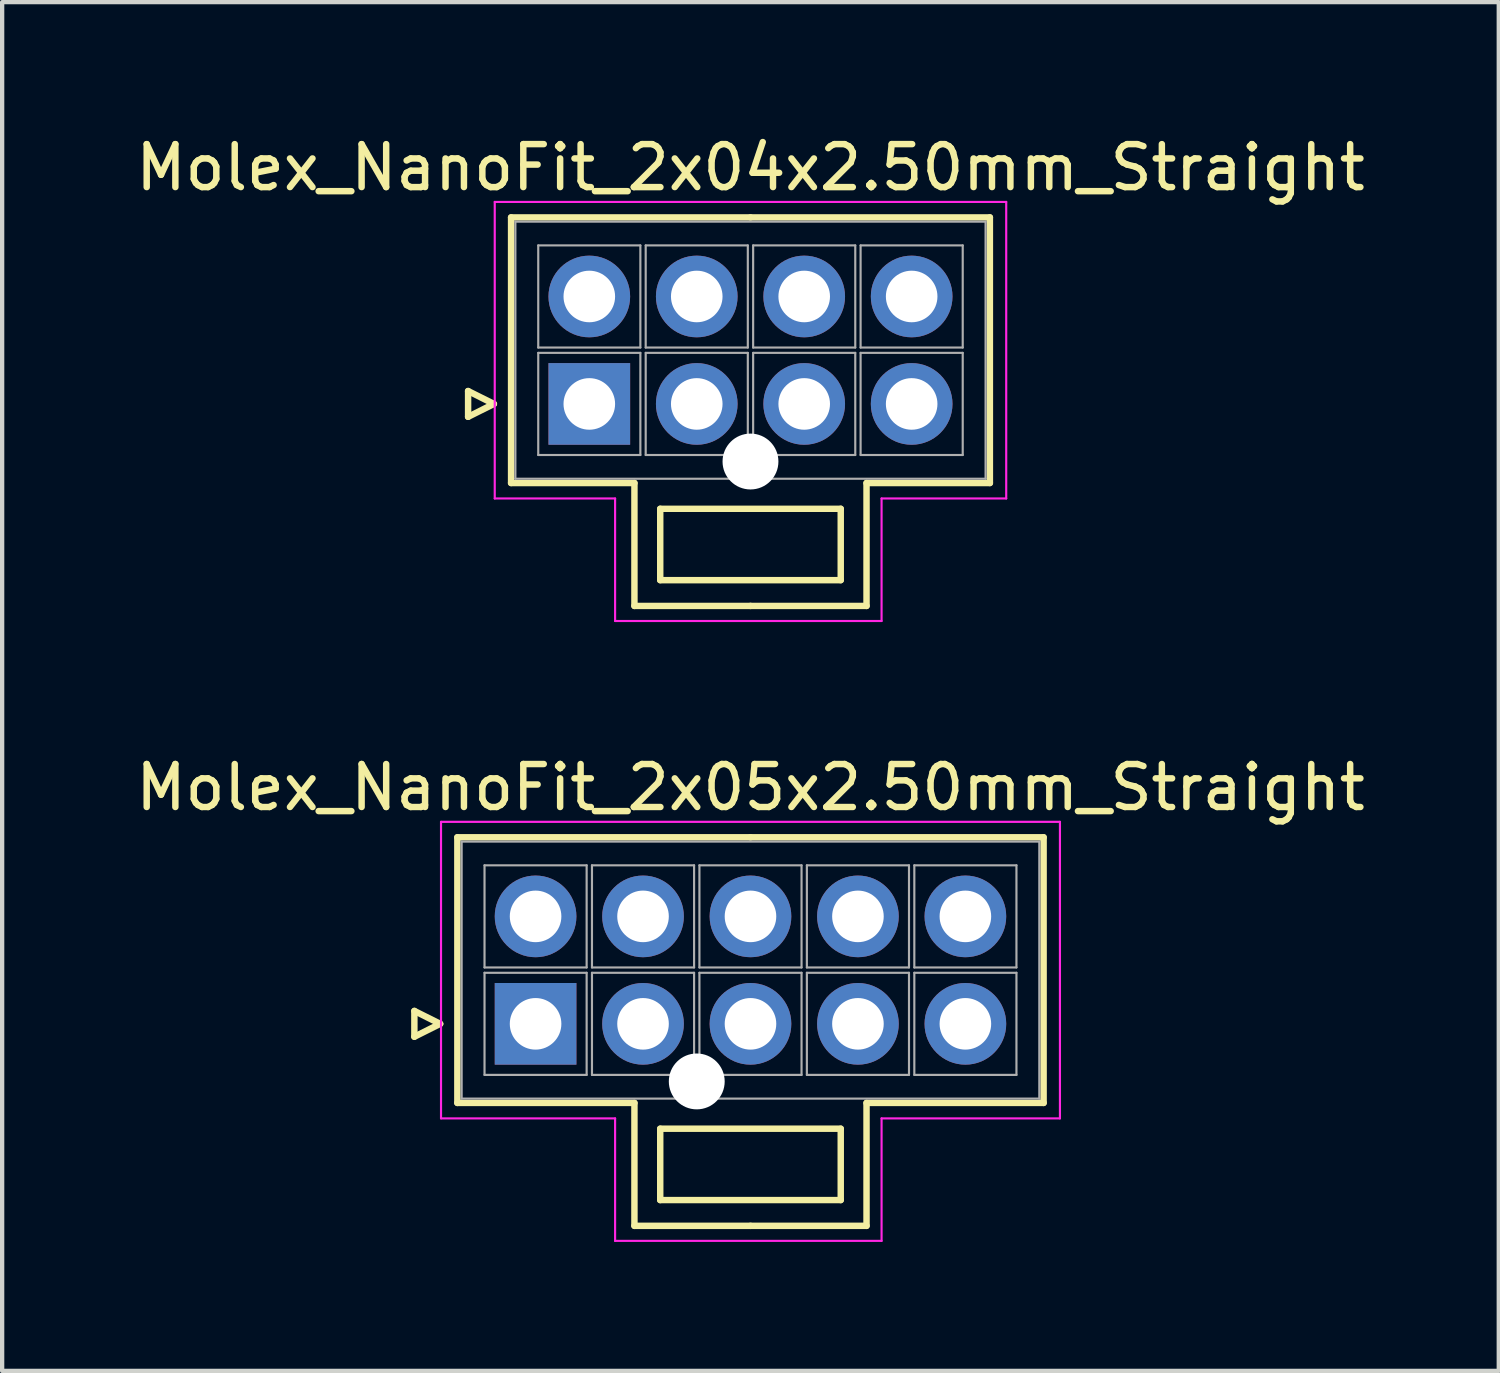
<source format=kicad_pcb>
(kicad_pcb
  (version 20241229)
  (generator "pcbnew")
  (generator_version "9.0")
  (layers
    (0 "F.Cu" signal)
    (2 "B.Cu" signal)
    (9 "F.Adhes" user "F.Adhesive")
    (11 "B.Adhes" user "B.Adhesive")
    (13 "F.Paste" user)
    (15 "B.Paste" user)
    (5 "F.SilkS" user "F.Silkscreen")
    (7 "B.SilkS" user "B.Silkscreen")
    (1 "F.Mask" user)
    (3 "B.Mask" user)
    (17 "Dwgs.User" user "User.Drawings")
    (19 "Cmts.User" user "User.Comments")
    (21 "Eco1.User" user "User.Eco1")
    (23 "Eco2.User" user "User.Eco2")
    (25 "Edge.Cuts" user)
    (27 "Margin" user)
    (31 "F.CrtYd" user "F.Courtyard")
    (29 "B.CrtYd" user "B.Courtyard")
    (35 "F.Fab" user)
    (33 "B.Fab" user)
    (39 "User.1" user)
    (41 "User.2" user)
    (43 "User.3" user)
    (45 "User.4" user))
  (footprint "Molex_NanoFit_2x04x2.50mm_Straight"
    (layer "F.Cu")
    (at 10.661 6.348)
    (property "Reference" "Molex_NanoFit_2x04x2.50mm_Straight" (at 3.75 -5.5 0) (layer "F.SilkS") (effects (font (size 1 1) (thickness 0.15))))
    (attr through_hole)
    (fp_line (start -2.82 -0.3) (end -2.22 0) (stroke (width 0.15) (type solid)) (layer "F.SilkS"))
    (fp_line (start -2.82 0.3) (end -2.82 -0.3) (stroke (width 0.15) (type solid)) (layer "F.SilkS"))
    (fp_line (start -2.22 0) (end -2.82 0.3) (stroke (width 0.15) (type solid)) (layer "F.SilkS"))
    (fp_line (start -1.82 -4.34) (end -1.82 1.84) (stroke (width 0.15) (type solid)) (layer "F.SilkS"))
    (fp_line (start -1.82 1.84) (end 1.05 1.84) (stroke (width 0.15) (type solid)) (layer "F.SilkS"))
    (fp_line (start 1.05 1.84) (end 1.05 4.7) (stroke (width 0.15) (type solid)) (layer "F.SilkS"))
    (fp_line (start 1.05 4.7) (end 3.75 4.7) (stroke (width 0.15) (type solid)) (layer "F.SilkS"))
    (fp_line (start 1.65 2.44) (end 1.65 4.1) (stroke (width 0.15) (type solid)) (layer "F.SilkS"))
    (fp_line (start 1.65 4.1) (end 5.85 4.1) (stroke (width 0.15) (type solid)) (layer "F.SilkS"))
    (fp_line (start 3.75 -4.34) (end -1.82 -4.34) (stroke (width 0.15) (type solid)) (layer "F.SilkS"))
    (fp_line (start 3.75 -4.34) (end 9.32 -4.34) (stroke (width 0.15) (type solid)) (layer "F.SilkS"))
    (fp_line (start 5.85 2.44) (end 1.65 2.44) (stroke (width 0.15) (type solid)) (layer "F.SilkS"))
    (fp_line (start 5.85 4.1) (end 5.85 2.44) (stroke (width 0.15) (type solid)) (layer "F.SilkS"))
    (fp_line (start 6.45 1.84) (end 6.45 4.7) (stroke (width 0.15) (type solid)) (layer "F.SilkS"))
    (fp_line (start 6.45 4.7) (end 3.75 4.7) (stroke (width 0.15) (type solid)) (layer "F.SilkS"))
    (fp_line (start 9.32 -4.34) (end 9.32 1.84) (stroke (width 0.15) (type solid)) (layer "F.SilkS"))
    (fp_line (start 9.32 1.84) (end 6.45 1.84) (stroke (width 0.15) (type solid)) (layer "F.SilkS"))
    (fp_line (start -2.2 -4.7) (end -2.2 2.2) (stroke (width 0.05) (type solid)) (layer "F.CrtYd"))
    (fp_line (start -2.2 2.2) (end 0.6 2.2) (stroke (width 0.05) (type solid)) (layer "F.CrtYd"))
    (fp_line (start 0.6 2.2) (end 0.6 5.05) (stroke (width 0.05) (type solid)) (layer "F.CrtYd"))
    (fp_line (start 0.6 5.05) (end 6.8 5.05) (stroke (width 0.05) (type solid)) (layer "F.CrtYd"))
    (fp_line (start 6.8 2.2) (end 9.7 2.2) (stroke (width 0.05) (type solid)) (layer "F.CrtYd"))
    (fp_line (start 6.8 5.05) (end 6.8 2.2) (stroke (width 0.05) (type solid)) (layer "F.CrtYd"))
    (fp_line (start 9.7 -4.7) (end -2.2 -4.7) (stroke (width 0.05) (type solid)) (layer "F.CrtYd"))
    (fp_line (start 9.7 2.2) (end 9.7 -4.7) (stroke (width 0.05) (type solid)) (layer "F.CrtYd"))
    (fp_line (start -1.72 -4.24) (end -1.72 1.74) (stroke (width 0.05) (type solid)) (layer "F.Fab"))
    (fp_line (start -1.72 1.74) (end 9.22 1.74) (stroke (width 0.05) (type solid)) (layer "F.Fab"))
    (fp_line (start -1.188 -3.688) (end -1.188 -1.312) (stroke (width 0.05) (type solid)) (layer "F.Fab"))
    (fp_line (start -1.188 -1.312) (end 1.188 -1.312) (stroke (width 0.05) (type solid)) (layer "F.Fab"))
    (fp_line (start -1.188 -1.188) (end -1.188 1.188) (stroke (width 0.05) (type solid)) (layer "F.Fab"))
    (fp_line (start -1.188 1.188) (end 1.188 1.188) (stroke (width 0.05) (type solid)) (layer "F.Fab"))
    (fp_line (start 1.188 -3.688) (end -1.188 -3.688) (stroke (width 0.05) (type solid)) (layer "F.Fab"))
    (fp_line (start 1.188 -1.312) (end 1.188 -3.688) (stroke (width 0.05) (type solid)) (layer "F.Fab"))
    (fp_line (start 1.188 -1.188) (end -1.188 -1.188) (stroke (width 0.05) (type solid)) (layer "F.Fab"))
    (fp_line (start 1.188 1.188) (end 1.188 -1.188) (stroke (width 0.05) (type solid)) (layer "F.Fab"))
    (fp_line (start 1.312 -3.688) (end 1.312 -1.312) (stroke (width 0.05) (type solid)) (layer "F.Fab"))
    (fp_line (start 1.312 -1.312) (end 3.688 -1.312) (stroke (width 0.05) (type solid)) (layer "F.Fab"))
    (fp_line (start 1.312 -1.188) (end 1.312 1.188) (stroke (width 0.05) (type solid)) (layer "F.Fab"))
    (fp_line (start 1.312 1.188) (end 3.688 1.188) (stroke (width 0.05) (type solid)) (layer "F.Fab"))
    (fp_line (start 3.688 -3.688) (end 1.312 -3.688) (stroke (width 0.05) (type solid)) (layer "F.Fab"))
    (fp_line (start 3.688 -1.312) (end 3.688 -3.688) (stroke (width 0.05) (type solid)) (layer "F.Fab"))
    (fp_line (start 3.688 -1.188) (end 1.312 -1.188) (stroke (width 0.05) (type solid)) (layer "F.Fab"))
    (fp_line (start 3.688 1.188) (end 3.688 -1.188) (stroke (width 0.05) (type solid)) (layer "F.Fab"))
    (fp_line (start 3.812 -3.688) (end 3.812 -1.312) (stroke (width 0.05) (type solid)) (layer "F.Fab"))
    (fp_line (start 3.812 -1.312) (end 6.188 -1.312) (stroke (width 0.05) (type solid)) (layer "F.Fab"))
    (fp_line (start 3.812 -1.188) (end 3.812 1.188) (stroke (width 0.05) (type solid)) (layer "F.Fab"))
    (fp_line (start 3.812 1.188) (end 6.188 1.188) (stroke (width 0.05) (type solid)) (layer "F.Fab"))
    (fp_line (start 6.188 -3.688) (end 3.812 -3.688) (stroke (width 0.05) (type solid)) (layer "F.Fab"))
    (fp_line (start 6.188 -1.312) (end 6.188 -3.688) (stroke (width 0.05) (type solid)) (layer "F.Fab"))
    (fp_line (start 6.188 -1.188) (end 3.812 -1.188) (stroke (width 0.05) (type solid)) (layer "F.Fab"))
    (fp_line (start 6.188 1.188) (end 6.188 -1.188) (stroke (width 0.05) (type solid)) (layer "F.Fab"))
    (fp_line (start 6.312 -3.688) (end 6.312 -1.312) (stroke (width 0.05) (type solid)) (layer "F.Fab"))
    (fp_line (start 6.312 -1.312) (end 8.688 -1.312) (stroke (width 0.05) (type solid)) (layer "F.Fab"))
    (fp_line (start 6.312 -1.188) (end 6.312 1.188) (stroke (width 0.05) (type solid)) (layer "F.Fab"))
    (fp_line (start 6.312 1.188) (end 8.688 1.188) (stroke (width 0.05) (type solid)) (layer "F.Fab"))
    (fp_line (start 8.688 -3.688) (end 6.312 -3.688) (stroke (width 0.05) (type solid)) (layer "F.Fab"))
    (fp_line (start 8.688 -1.312) (end 8.688 -3.688) (stroke (width 0.05) (type solid)) (layer "F.Fab"))
    (fp_line (start 8.688 -1.188) (end 6.312 -1.188) (stroke (width 0.05) (type solid)) (layer "F.Fab"))
    (fp_line (start 8.688 1.188) (end 8.688 -1.188) (stroke (width 0.05) (type solid)) (layer "F.Fab"))
    (fp_line (start 9.22 -4.24) (end -1.72 -4.24) (stroke (width 0.05) (type solid)) (layer "F.Fab"))
    (fp_line (start 9.22 1.74) (end 9.22 -4.24) (stroke (width 0.05) (type solid)) (layer "F.Fab"))
    (pad "" np_thru_hole circle (at 3.75 1.34) (size 1.3 1.3) (drill 1.3) (layers "*.Cu"))
    (pad "1" thru_hole rect (at 0 0) (size 1.9 1.9) (drill 1.2) (layers "*.Cu" "*.Mask"))
    (pad "2" thru_hole circle (at 2.5 0) (size 1.9 1.9) (drill 1.2) (layers "*.Cu" "*.Mask"))
    (pad "3" thru_hole circle (at 5 0) (size 1.9 1.9) (drill 1.2) (layers "*.Cu" "*.Mask"))
    (pad "4" thru_hole circle (at 7.5 0) (size 1.9 1.9) (drill 1.2) (layers "*.Cu" "*.Mask"))
    (pad "5" thru_hole circle (at 0 -2.5) (size 1.9 1.9) (drill 1.2) (layers "*.Cu" "*.Mask"))
    (pad "6" thru_hole circle (at 2.5 -2.5) (size 1.9 1.9) (drill 1.2) (layers "*.Cu" "*.Mask"))
    (pad "7" thru_hole circle (at 5 -2.5) (size 1.9 1.9) (drill 1.2) (layers "*.Cu" "*.Mask"))
    (pad "8" thru_hole circle (at 7.5 -2.5) (size 1.9 1.9) (drill 1.2) (layers "*.Cu" "*.Mask")))
  (footprint "Molex_NanoFit_2x05x2.50mm_Straight"
    (layer "F.Cu")
    (at 9.411 20.771)
    (property "Reference" "Molex_NanoFit_2x05x2.50mm_Straight" (at 5 -5.5 0) (layer "F.SilkS") (effects (font (size 1 1) (thickness 0.15))))
    (attr through_hole)
    (fp_line (start -2.82 -0.3) (end -2.22 0) (stroke (width 0.15) (type solid)) (layer "F.SilkS"))
    (fp_line (start -2.82 0.3) (end -2.82 -0.3) (stroke (width 0.15) (type solid)) (layer "F.SilkS"))
    (fp_line (start -2.22 0) (end -2.82 0.3) (stroke (width 0.15) (type solid)) (layer "F.SilkS"))
    (fp_line (start -1.82 -4.34) (end -1.82 1.84) (stroke (width 0.15) (type solid)) (layer "F.SilkS"))
    (fp_line (start -1.82 1.84) (end 2.3 1.84) (stroke (width 0.15) (type solid)) (layer "F.SilkS"))
    (fp_line (start 2.3 1.84) (end 2.3 4.7) (stroke (width 0.15) (type solid)) (layer "F.SilkS"))
    (fp_line (start 2.3 4.7) (end 5 4.7) (stroke (width 0.15) (type solid)) (layer "F.SilkS"))
    (fp_line (start 2.9 2.44) (end 2.9 4.1) (stroke (width 0.15) (type solid)) (layer "F.SilkS"))
    (fp_line (start 2.9 4.1) (end 7.1 4.1) (stroke (width 0.15) (type solid)) (layer "F.SilkS"))
    (fp_line (start 5 -4.34) (end -1.82 -4.34) (stroke (width 0.15) (type solid)) (layer "F.SilkS"))
    (fp_line (start 5 -4.34) (end 11.82 -4.34) (stroke (width 0.15) (type solid)) (layer "F.SilkS"))
    (fp_line (start 7.1 2.44) (end 2.9 2.44) (stroke (width 0.15) (type solid)) (layer "F.SilkS"))
    (fp_line (start 7.1 4.1) (end 7.1 2.44) (stroke (width 0.15) (type solid)) (layer "F.SilkS"))
    (fp_line (start 7.7 1.84) (end 7.7 4.7) (stroke (width 0.15) (type solid)) (layer "F.SilkS"))
    (fp_line (start 7.7 4.7) (end 5 4.7) (stroke (width 0.15) (type solid)) (layer "F.SilkS"))
    (fp_line (start 11.82 -4.34) (end 11.82 1.84) (stroke (width 0.15) (type solid)) (layer "F.SilkS"))
    (fp_line (start 11.82 1.84) (end 7.7 1.84) (stroke (width 0.15) (type solid)) (layer "F.SilkS"))
    (fp_line (start -2.2 -4.7) (end -2.2 2.2) (stroke (width 0.05) (type solid)) (layer "F.CrtYd"))
    (fp_line (start -2.2 2.2) (end 1.85 2.2) (stroke (width 0.05) (type solid)) (layer "F.CrtYd"))
    (fp_line (start 1.85 2.2) (end 1.85 5.05) (stroke (width 0.05) (type solid)) (layer "F.CrtYd"))
    (fp_line (start 1.85 5.05) (end 8.05 5.05) (stroke (width 0.05) (type solid)) (layer "F.CrtYd"))
    (fp_line (start 8.05 2.2) (end 12.2 2.2) (stroke (width 0.05) (type solid)) (layer "F.CrtYd"))
    (fp_line (start 8.05 5.05) (end 8.05 2.2) (stroke (width 0.05) (type solid)) (layer "F.CrtYd"))
    (fp_line (start 12.2 -4.7) (end -2.2 -4.7) (stroke (width 0.05) (type solid)) (layer "F.CrtYd"))
    (fp_line (start 12.2 2.2) (end 12.2 -4.7) (stroke (width 0.05) (type solid)) (layer "F.CrtYd"))
    (fp_line (start -1.72 -4.24) (end -1.72 1.74) (stroke (width 0.05) (type solid)) (layer "F.Fab"))
    (fp_line (start -1.72 1.74) (end 11.72 1.74) (stroke (width 0.05) (type solid)) (layer "F.Fab"))
    (fp_line (start -1.188 -3.688) (end -1.188 -1.312) (stroke (width 0.05) (type solid)) (layer "F.Fab"))
    (fp_line (start -1.188 -1.312) (end 1.188 -1.312) (stroke (width 0.05) (type solid)) (layer "F.Fab"))
    (fp_line (start -1.188 -1.188) (end -1.188 1.188) (stroke (width 0.05) (type solid)) (layer "F.Fab"))
    (fp_line (start -1.188 1.188) (end 1.188 1.188) (stroke (width 0.05) (type solid)) (layer "F.Fab"))
    (fp_line (start 1.188 -3.688) (end -1.188 -3.688) (stroke (width 0.05) (type solid)) (layer "F.Fab"))
    (fp_line (start 1.188 -1.312) (end 1.188 -3.688) (stroke (width 0.05) (type solid)) (layer "F.Fab"))
    (fp_line (start 1.188 -1.188) (end -1.188 -1.188) (stroke (width 0.05) (type solid)) (layer "F.Fab"))
    (fp_line (start 1.188 1.188) (end 1.188 -1.188) (stroke (width 0.05) (type solid)) (layer "F.Fab"))
    (fp_line (start 1.312 -3.688) (end 1.312 -1.312) (stroke (width 0.05) (type solid)) (layer "F.Fab"))
    (fp_line (start 1.312 -1.312) (end 3.688 -1.312) (stroke (width 0.05) (type solid)) (layer "F.Fab"))
    (fp_line (start 1.312 -1.188) (end 1.312 1.188) (stroke (width 0.05) (type solid)) (layer "F.Fab"))
    (fp_line (start 1.312 1.188) (end 3.688 1.188) (stroke (width 0.05) (type solid)) (layer "F.Fab"))
    (fp_line (start 3.688 -3.688) (end 1.312 -3.688) (stroke (width 0.05) (type solid)) (layer "F.Fab"))
    (fp_line (start 3.688 -1.312) (end 3.688 -3.688) (stroke (width 0.05) (type solid)) (layer "F.Fab"))
    (fp_line (start 3.688 -1.188) (end 1.312 -1.188) (stroke (width 0.05) (type solid)) (layer "F.Fab"))
    (fp_line (start 3.688 1.188) (end 3.688 -1.188) (stroke (width 0.05) (type solid)) (layer "F.Fab"))
    (fp_line (start 3.812 -3.688) (end 3.812 -1.312) (stroke (width 0.05) (type solid)) (layer "F.Fab"))
    (fp_line (start 3.812 -1.312) (end 6.188 -1.312) (stroke (width 0.05) (type solid)) (layer "F.Fab"))
    (fp_line (start 3.812 -1.188) (end 3.812 1.188) (stroke (width 0.05) (type solid)) (layer "F.Fab"))
    (fp_line (start 3.812 1.188) (end 6.188 1.188) (stroke (width 0.05) (type solid)) (layer "F.Fab"))
    (fp_line (start 6.188 -3.688) (end 3.812 -3.688) (stroke (width 0.05) (type solid)) (layer "F.Fab"))
    (fp_line (start 6.188 -1.312) (end 6.188 -3.688) (stroke (width 0.05) (type solid)) (layer "F.Fab"))
    (fp_line (start 6.188 -1.188) (end 3.812 -1.188) (stroke (width 0.05) (type solid)) (layer "F.Fab"))
    (fp_line (start 6.188 1.188) (end 6.188 -1.188) (stroke (width 0.05) (type solid)) (layer "F.Fab"))
    (fp_line (start 6.312 -3.688) (end 6.312 -1.312) (stroke (width 0.05) (type solid)) (layer "F.Fab"))
    (fp_line (start 6.312 -1.312) (end 8.688 -1.312) (stroke (width 0.05) (type solid)) (layer "F.Fab"))
    (fp_line (start 6.312 -1.188) (end 6.312 1.188) (stroke (width 0.05) (type solid)) (layer "F.Fab"))
    (fp_line (start 6.312 1.188) (end 8.688 1.188) (stroke (width 0.05) (type solid)) (layer "F.Fab"))
    (fp_line (start 8.688 -3.688) (end 6.312 -3.688) (stroke (width 0.05) (type solid)) (layer "F.Fab"))
    (fp_line (start 8.688 -1.312) (end 8.688 -3.688) (stroke (width 0.05) (type solid)) (layer "F.Fab"))
    (fp_line (start 8.688 -1.188) (end 6.312 -1.188) (stroke (width 0.05) (type solid)) (layer "F.Fab"))
    (fp_line (start 8.688 1.188) (end 8.688 -1.188) (stroke (width 0.05) (type solid)) (layer "F.Fab"))
    (fp_line (start 8.812 -3.688) (end 8.812 -1.312) (stroke (width 0.05) (type solid)) (layer "F.Fab"))
    (fp_line (start 8.812 -1.312) (end 11.188 -1.312) (stroke (width 0.05) (type solid)) (layer "F.Fab"))
    (fp_line (start 8.812 -1.188) (end 8.812 1.188) (stroke (width 0.05) (type solid)) (layer "F.Fab"))
    (fp_line (start 8.812 1.188) (end 11.188 1.188) (stroke (width 0.05) (type solid)) (layer "F.Fab"))
    (fp_line (start 11.188 -3.688) (end 8.812 -3.688) (stroke (width 0.05) (type solid)) (layer "F.Fab"))
    (fp_line (start 11.188 -1.312) (end 11.188 -3.688) (stroke (width 0.05) (type solid)) (layer "F.Fab"))
    (fp_line (start 11.188 -1.188) (end 8.812 -1.188) (stroke (width 0.05) (type solid)) (layer "F.Fab"))
    (fp_line (start 11.188 1.188) (end 11.188 -1.188) (stroke (width 0.05) (type solid)) (layer "F.Fab"))
    (fp_line (start 11.72 -4.24) (end -1.72 -4.24) (stroke (width 0.05) (type solid)) (layer "F.Fab"))
    (fp_line (start 11.72 1.74) (end 11.72 -4.24) (stroke (width 0.05) (type solid)) (layer "F.Fab"))
    (pad "" np_thru_hole circle (at 3.75 1.34) (size 1.3 1.3) (drill 1.3) (layers "*.Cu"))
    (pad "1" thru_hole rect (at 0 0) (size 1.9 1.9) (drill 1.2) (layers "*.Cu" "*.Mask"))
    (pad "2" thru_hole circle (at 2.5 0) (size 1.9 1.9) (drill 1.2) (layers "*.Cu" "*.Mask"))
    (pad "3" thru_hole circle (at 5 0) (size 1.9 1.9) (drill 1.2) (layers "*.Cu" "*.Mask"))
    (pad "4" thru_hole circle (at 7.5 0) (size 1.9 1.9) (drill 1.2) (layers "*.Cu" "*.Mask"))
    (pad "5" thru_hole circle (at 10 0) (size 1.9 1.9) (drill 1.2) (layers "*.Cu" "*.Mask"))
    (pad "6" thru_hole circle (at 0 -2.5) (size 1.9 1.9) (drill 1.2) (layers "*.Cu" "*.Mask"))
    (pad "7" thru_hole circle (at 2.5 -2.5) (size 1.9 1.9) (drill 1.2) (layers "*.Cu" "*.Mask"))
    (pad "8" thru_hole circle (at 5 -2.5) (size 1.9 1.9) (drill 1.2) (layers "*.Cu" "*.Mask"))
    (pad "9" thru_hole circle (at 7.5 -2.5) (size 1.9 1.9) (drill 1.2) (layers "*.Cu" "*.Mask"))
    (pad "10" thru_hole circle (at 10 -2.5) (size 1.9 1.9) (drill 1.2) (layers "*.Cu" "*.Mask")))
  (gr_rect
    (start -3 -3)
    (end 31.821 28.846)
    (stroke (width 0.1) (type default))
    (fill no)
    (layer "Edge.Cuts")))
</source>
